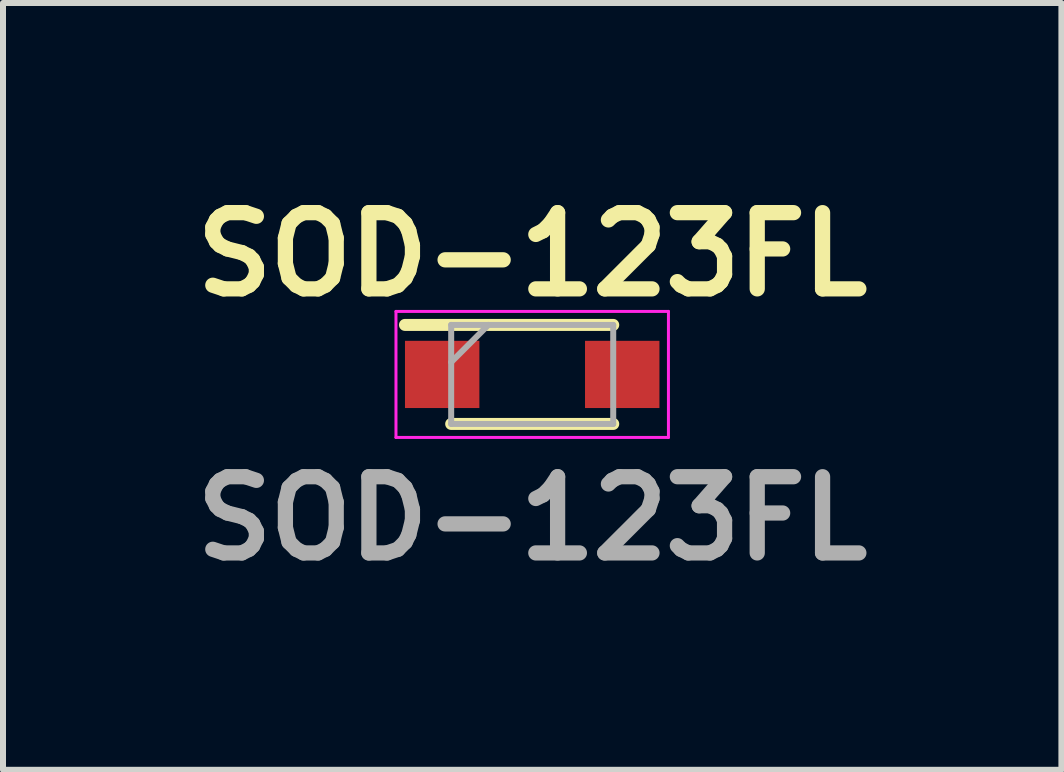
<source format=kicad_pcb>
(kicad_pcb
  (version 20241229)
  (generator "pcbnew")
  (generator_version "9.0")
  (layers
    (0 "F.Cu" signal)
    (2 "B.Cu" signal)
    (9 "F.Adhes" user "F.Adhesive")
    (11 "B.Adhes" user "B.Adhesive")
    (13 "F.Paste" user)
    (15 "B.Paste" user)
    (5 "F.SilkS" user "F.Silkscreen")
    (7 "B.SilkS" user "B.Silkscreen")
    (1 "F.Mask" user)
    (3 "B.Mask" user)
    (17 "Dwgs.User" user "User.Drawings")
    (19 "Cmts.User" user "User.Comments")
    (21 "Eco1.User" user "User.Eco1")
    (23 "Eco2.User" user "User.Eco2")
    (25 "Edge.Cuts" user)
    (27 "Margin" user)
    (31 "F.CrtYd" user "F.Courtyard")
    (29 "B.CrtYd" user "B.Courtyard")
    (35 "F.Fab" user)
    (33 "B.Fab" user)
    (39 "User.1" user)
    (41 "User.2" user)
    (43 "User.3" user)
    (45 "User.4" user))
  (footprint "SOD-123FL"
    (layer "F.Cu")
    (at 5.818 3.189)
    (property "Reference" "SOD-123FL" (at 0 -2 0) (layer "F.SilkS") (effects (font (size 1.27 1.27) (thickness 0.254))))
    (attr smd)
    (fp_line (start -2.12 -0.825) (end 1.35 -0.825) (stroke (width 0.2) (type solid)) (layer "F.SilkS"))
    (fp_line (start -1.35 0.825) (end 1.35 0.825) (stroke (width 0.2) (type solid)) (layer "F.SilkS"))
    (fp_line (start -2.27 -1.05) (end 2.27 -1.05) (stroke (width 0.05) (type solid)) (layer "F.CrtYd"))
    (fp_line (start -2.27 1.05) (end -2.27 -1.05) (stroke (width 0.05) (type solid)) (layer "F.CrtYd"))
    (fp_line (start 2.27 -1.05) (end 2.27 1.05) (stroke (width 0.05) (type solid)) (layer "F.CrtYd"))
    (fp_line (start 2.27 1.05) (end -2.27 1.05) (stroke (width 0.05) (type solid)) (layer "F.CrtYd"))
    (fp_line (start -1.35 -0.825) (end 1.35 -0.825) (stroke (width 0.1) (type solid)) (layer "F.Fab"))
    (fp_line (start -1.35 -0.205) (end -0.73 -0.825) (stroke (width 0.1) (type solid)) (layer "F.Fab"))
    (fp_line (start -1.35 0.825) (end -1.35 -0.825) (stroke (width 0.1) (type solid)) (layer "F.Fab"))
    (fp_line (start 1.35 -0.825) (end 1.35 0.825) (stroke (width 0.1) (type solid)) (layer "F.Fab"))
    (fp_line (start 1.35 0.825) (end -1.35 0.825) (stroke (width 0.1) (type solid)) (layer "F.Fab"))
    (fp_text user "${REFERENCE}" (at 0 2.4 0) (layer "F.Fab") (effects (font (size 1.27 1.27) (thickness 0.254))))
    (pad "1" smd rect (at -1.5 0 90) (size 1.12 1.24) (layers "F.Cu" "F.Mask" "F.Paste"))
    (pad "2" smd rect (at 1.5 0 90) (size 1.12 1.24) (layers "F.Cu" "F.Mask" "F.Paste")))
  (gr_rect
    (start -3 -3)
    (end 14.636 9.777)
    (stroke (width 0.1) (type default))
    (fill no)
    (layer "Edge.Cuts")))
</source>
